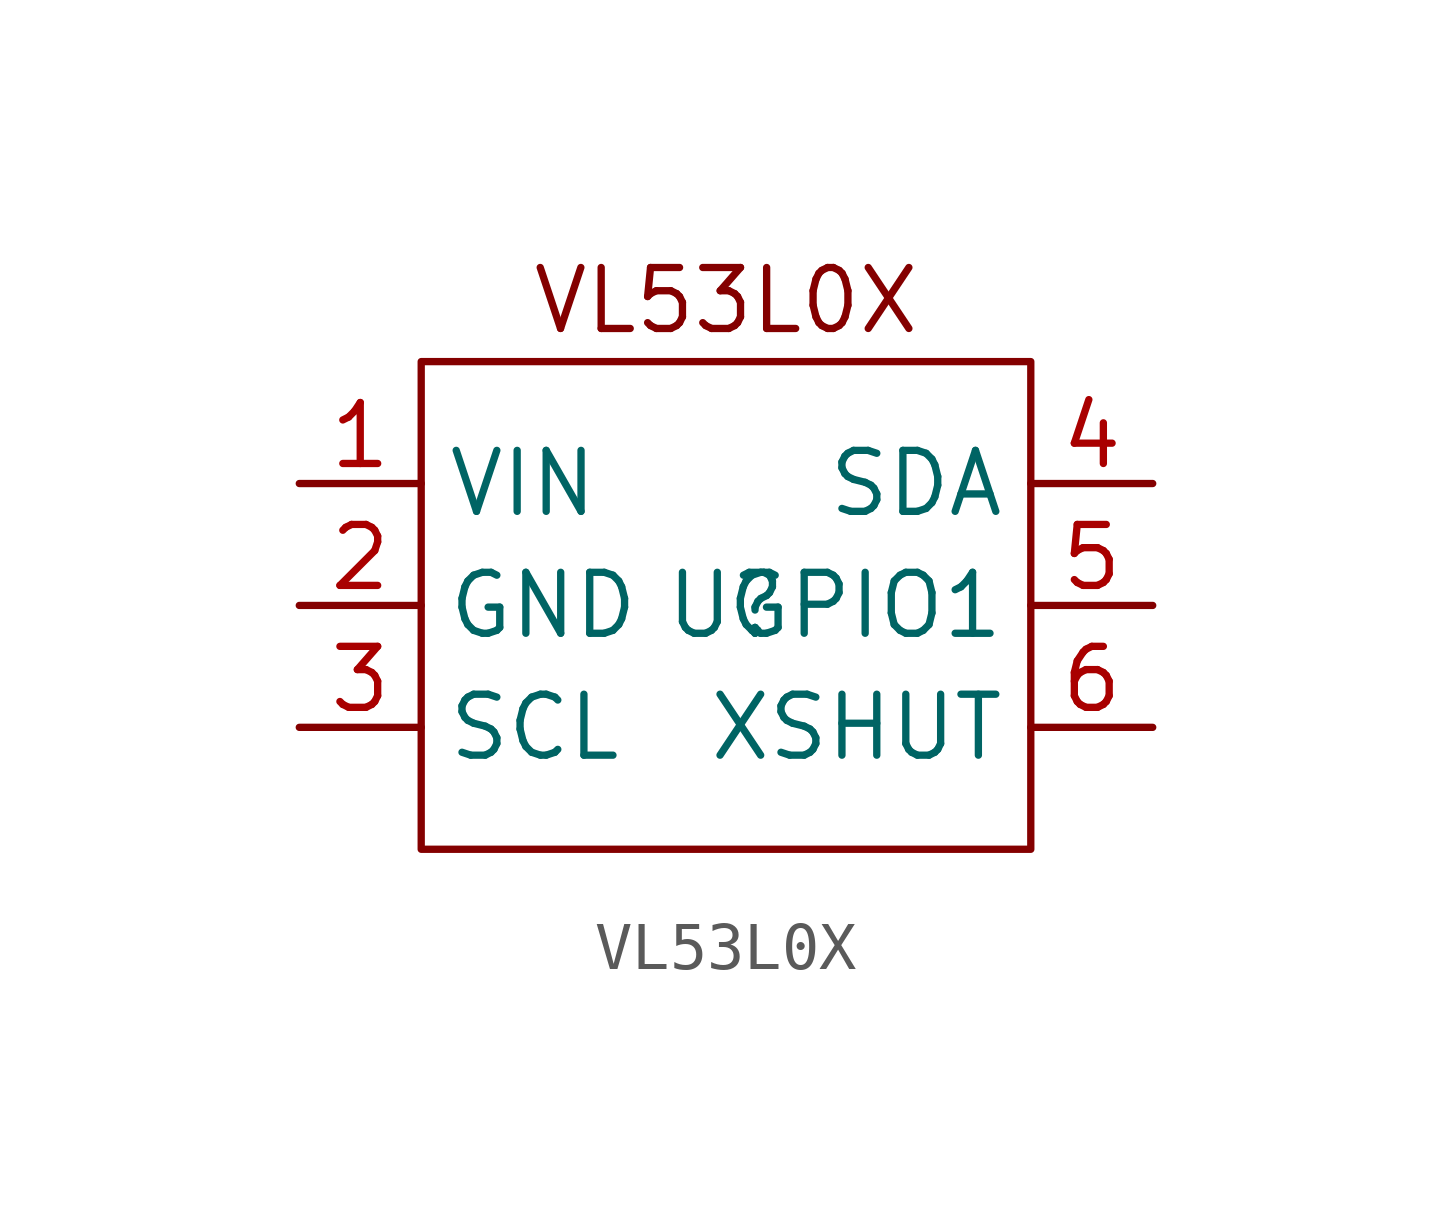
<source format=kicad_sym>
(kicad_symbol_lib
  (version 20220914)
  (generator kicad_symbol_editor)
  (symbol "VL53L0X"
    (property "Reference" "U"
      (at 0 0 0)
      (effects (font (size 1.27 1.27))))
    (property "Value" ""
      (at -2.54 0 0)
      (effects (font (size 1.27 1.27))))
    (symbol "VL53L0X_0_1"
      (rectangle (start -6.35 5.08) (end 6.35 -5.08) (stroke (width 0) (type default)) (fill (type none))))
    (symbol "VL53L0X_1_1"
      (text "VL53L0X\n" (at 0 6.35 0) (effects (font (size 1.27 1.27))))
      (pin power_in line (at -8.89 2.54 0) (length 2.54) (name "VIN" (effects (font (size 1.27 1.27)))) (number "1" (effects (font (size 1.27 1.27)))))
      (pin power_in line (at -8.89 0 0) (length 2.54) (name "GND" (effects (font (size 1.27 1.27)))) (number "2" (effects (font (size 1.27 1.27)))))
      (pin input line (at -8.89 -2.54 0) (length 2.54) (name "SCL" (effects (font (size 1.27 1.27)))) (number "3" (effects (font (size 1.27 1.27)))))
      (pin bidirectional line (at 8.89 2.54 180) (length 2.54) (name "SDA" (effects (font (size 1.27 1.27)))) (number "4" (effects (font (size 1.27 1.27)))))
      (pin output line (at 8.89 0 180) (length 2.54) (name "GPIO1" (effects (font (size 1.27 1.27)))) (number "5" (effects (font (size 1.27 1.27)))))
      (pin input line (at 8.89 -2.54 180) (length 2.54) (name "XSHUT" (effects (font (size 1.27 1.27)))) (number "6" (effects (font (size 1.27 1.27))))))))
</source>
